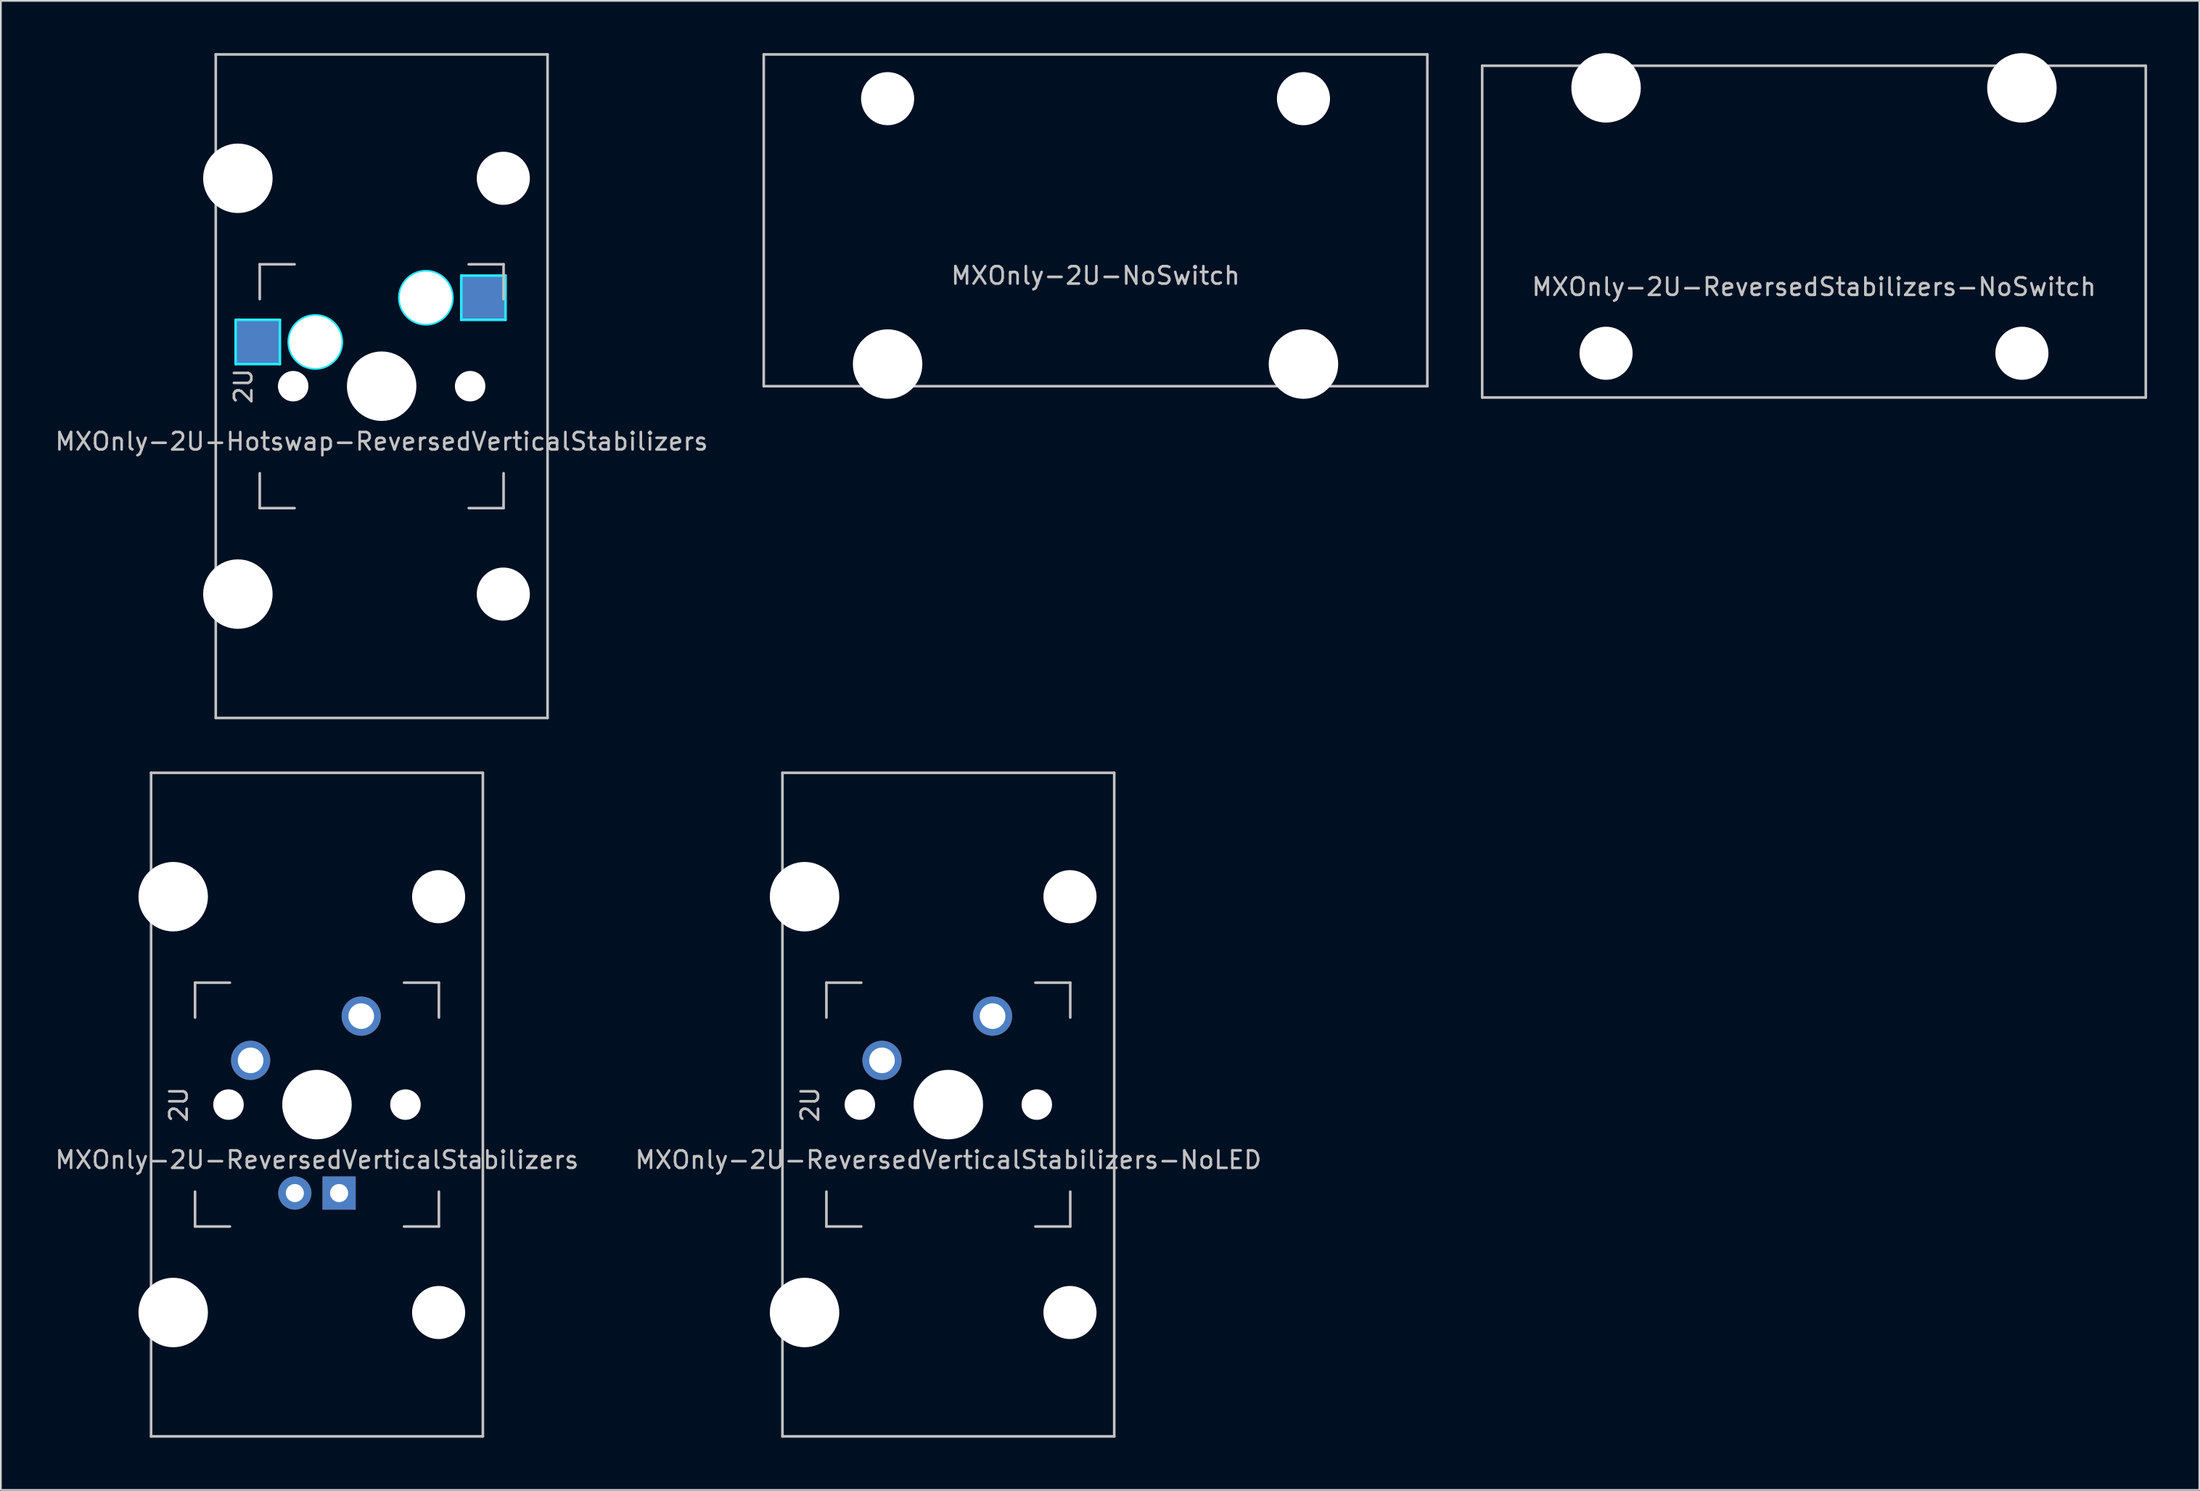
<source format=kicad_pcb>
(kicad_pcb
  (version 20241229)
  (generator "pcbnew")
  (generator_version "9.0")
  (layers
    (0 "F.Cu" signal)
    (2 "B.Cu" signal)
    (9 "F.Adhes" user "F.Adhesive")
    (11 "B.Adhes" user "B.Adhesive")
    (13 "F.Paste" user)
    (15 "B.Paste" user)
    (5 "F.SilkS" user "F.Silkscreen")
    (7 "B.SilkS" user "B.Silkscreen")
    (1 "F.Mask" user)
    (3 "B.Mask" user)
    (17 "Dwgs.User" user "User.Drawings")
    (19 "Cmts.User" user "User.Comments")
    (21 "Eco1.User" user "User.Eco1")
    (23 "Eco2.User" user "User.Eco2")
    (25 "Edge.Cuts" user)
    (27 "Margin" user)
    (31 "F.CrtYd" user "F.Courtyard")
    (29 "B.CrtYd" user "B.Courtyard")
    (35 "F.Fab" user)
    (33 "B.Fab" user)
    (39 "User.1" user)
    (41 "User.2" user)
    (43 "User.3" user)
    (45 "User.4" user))
  (footprint "MXOnly-2U-ReversedVerticalStabilizers"
    (layer "F.Cu")
    (at 15.149 60.375)
    (property "Reference" "MXOnly-2U-ReversedVerticalStabilizers" (at 0 3.175 0) (layer "Dwgs.User") (effects (font (size 1 1) (thickness 0.15))))
    (attr through_hole)
    (fp_line (start -9.525 -19.05) (end 9.525 -19.05) (stroke (width 0.15) (type solid)) (layer "Dwgs.User"))
    (fp_line (start -9.525 19.05) (end -9.525 -19.05) (stroke (width 0.15) (type solid)) (layer "Dwgs.User"))
    (fp_line (start -7 -7) (end -7 -5) (stroke (width 0.15) (type solid)) (layer "Dwgs.User"))
    (fp_line (start -7 5) (end -7 7) (stroke (width 0.15) (type solid)) (layer "Dwgs.User"))
    (fp_line (start -7 7) (end -5 7) (stroke (width 0.15) (type solid)) (layer "Dwgs.User"))
    (fp_line (start -5 -7) (end -7 -7) (stroke (width 0.15) (type solid)) (layer "Dwgs.User"))
    (fp_line (start 5 -7) (end 7 -7) (stroke (width 0.15) (type solid)) (layer "Dwgs.User"))
    (fp_line (start 5 7) (end 7 7) (stroke (width 0.15) (type solid)) (layer "Dwgs.User"))
    (fp_line (start 7 -7) (end 7 -5) (stroke (width 0.15) (type solid)) (layer "Dwgs.User"))
    (fp_line (start 7 7) (end 7 5) (stroke (width 0.15) (type solid)) (layer "Dwgs.User"))
    (fp_line (start 9.525 19.05) (end -9.525 19.05) (stroke (width 0.15) (type solid)) (layer "Dwgs.User"))
    (fp_line (start 9.525 19.05) (end 9.525 -19.05) (stroke (width 0.15) (type solid)) (layer "Dwgs.User"))
    (fp_text user "2U" (at -7.938 0 270) (layer "Dwgs.User") (effects (font (size 1 1) (thickness 0.15))))
    (pad "" np_thru_hole circle (at -8.255 -11.938 90) (size 3.988 3.988) (drill 3.988) (layers "*.Cu" "*.Mask"))
    (pad "" np_thru_hole circle (at -8.255 11.938 90) (size 3.988 3.988) (drill 3.988) (layers "*.Cu" "*.Mask"))
    (pad "" np_thru_hole circle (at -5.08 0 48.1) (size 1.75 1.75) (drill 1.75) (layers "*.Cu" "*.Mask"))
    (pad "" np_thru_hole circle (at 0 0) (size 3.988 3.988) (drill 3.988) (layers "*.Cu" "*.Mask"))
    (pad "" np_thru_hole circle (at 5.08 0 48.1) (size 1.75 1.75) (drill 1.75) (layers "*.Cu" "*.Mask"))
    (pad "" np_thru_hole circle (at 6.985 -11.938 180) (size 3.048 3.048) (drill 3.048) (layers "*.Cu" "*.Mask"))
    (pad "" np_thru_hole circle (at 6.985 11.938 90) (size 3.048 3.048) (drill 3.048) (layers "*.Cu" "*.Mask"))
    (pad "1" thru_hole circle (at -3.81 -2.54) (size 2.25 2.25) (drill 1.47) (layers "*.Cu" "B.Mask"))
    (pad "2" thru_hole circle (at 2.54 -5.08) (size 2.25 2.25) (drill 1.47) (layers "*.Cu" "B.Mask"))
    (pad "3" thru_hole circle (at -1.27 5.08) (size 1.905 1.905) (drill 1.04) (layers "*.Cu" "B.Mask"))
    (pad "4" thru_hole rect (at 1.27 5.08) (size 1.905 1.905) (drill 1.04) (layers "*.Cu" "B.Mask")))
  (footprint "MXOnly-2U-ReversedVerticalStabilizers-NoLED"
    (layer "F.Cu")
    (at 51.399 60.375)
    (property "Reference" "MXOnly-2U-ReversedVerticalStabilizers-NoLED" (at 0 3.175 0) (unlocked yes) (layer "Dwgs.User") (effects (font (size 1 1) (thickness 0.15))))
    (attr through_hole)
    (fp_line (start -9.525 -19.05) (end 9.525 -19.05) (stroke (width 0.15) (type solid)) (layer "Dwgs.User"))
    (fp_line (start -9.525 19.05) (end -9.525 -19.05) (stroke (width 0.15) (type solid)) (layer "Dwgs.User"))
    (fp_line (start -7 -7) (end -7 -5) (stroke (width 0.15) (type solid)) (layer "Dwgs.User"))
    (fp_line (start -7 5) (end -7 7) (stroke (width 0.15) (type solid)) (layer "Dwgs.User"))
    (fp_line (start -7 7) (end -5 7) (stroke (width 0.15) (type solid)) (layer "Dwgs.User"))
    (fp_line (start -5 -7) (end -7 -7) (stroke (width 0.15) (type solid)) (layer "Dwgs.User"))
    (fp_line (start 5 -7) (end 7 -7) (stroke (width 0.15) (type solid)) (layer "Dwgs.User"))
    (fp_line (start 5 7) (end 7 7) (stroke (width 0.15) (type solid)) (layer "Dwgs.User"))
    (fp_line (start 7 -7) (end 7 -5) (stroke (width 0.15) (type solid)) (layer "Dwgs.User"))
    (fp_line (start 7 7) (end 7 5) (stroke (width 0.15) (type solid)) (layer "Dwgs.User"))
    (fp_line (start 9.525 19.05) (end -9.525 19.05) (stroke (width 0.15) (type solid)) (layer "Dwgs.User"))
    (fp_line (start 9.525 19.05) (end 9.525 -19.05) (stroke (width 0.15) (type solid)) (layer "Dwgs.User"))
    (fp_text user "2U" (at -7.938 0 270) (layer "Dwgs.User") (effects (font (size 1 1) (thickness 0.15))))
    (pad "" np_thru_hole circle (at -8.255 -11.938 90) (size 3.988 3.988) (drill 3.988) (layers "*.Cu" "*.Mask"))
    (pad "" np_thru_hole circle (at -8.255 11.938 90) (size 3.988 3.988) (drill 3.988) (layers "*.Cu" "*.Mask"))
    (pad "" np_thru_hole circle (at -5.08 0 48.1) (size 1.75 1.75) (drill 1.75) (layers "*.Cu" "*.Mask"))
    (pad "" np_thru_hole circle (at 0 0) (size 3.988 3.988) (drill 3.988) (layers "*.Cu" "*.Mask"))
    (pad "" np_thru_hole circle (at 5.08 0 48.1) (size 1.75 1.75) (drill 1.75) (layers "*.Cu" "*.Mask"))
    (pad "" np_thru_hole circle (at 6.985 -11.938 180) (size 3.048 3.048) (drill 3.048) (layers "*.Cu" "*.Mask"))
    (pad "" np_thru_hole circle (at 6.985 11.938 90) (size 3.048 3.048) (drill 3.048) (layers "*.Cu" "*.Mask"))
    (pad "1" thru_hole circle (at -3.81 -2.54) (size 2.25 2.25) (drill 1.47) (layers "*.Cu" "B.Mask"))
    (pad "2" thru_hole circle (at 2.54 -5.08) (size 2.25 2.25) (drill 1.47) (layers "*.Cu" "B.Mask")))
  (footprint "MXOnly-2U-NoSwitch"
    (layer "F.Cu")
    (at 59.851 9.6)
    (property "Reference" "MXOnly-2U-NoSwitch" (at 0 3.175 0) (layer "Dwgs.User") (effects (font (size 1 1) (thickness 0.15))))
    (attr through_hole)
    (fp_line (start -19.05 -9.525) (end 19.05 -9.525) (stroke (width 0.15) (type solid)) (layer "Dwgs.User"))
    (fp_line (start -19.05 9.525) (end -19.05 -9.525) (stroke (width 0.15) (type solid)) (layer "Dwgs.User"))
    (fp_line (start -19.05 9.525) (end 19.05 9.525) (stroke (width 0.15) (type solid)) (layer "Dwgs.User"))
    (fp_line (start 19.05 -9.525) (end 19.05 9.525) (stroke (width 0.15) (type solid)) (layer "Dwgs.User"))
    (pad "" np_thru_hole circle (at -11.938 -6.985) (size 3.048 3.048) (drill 3.048) (layers "*.Cu" "*.Mask"))
    (pad "" np_thru_hole circle (at -11.938 8.255) (size 3.988 3.988) (drill 3.988) (layers "*.Cu" "*.Mask"))
    (pad "" np_thru_hole circle (at 11.938 -6.985) (size 3.048 3.048) (drill 3.048) (layers "*.Cu" "*.Mask"))
    (pad "" np_thru_hole circle (at 11.938 8.255) (size 3.988 3.988) (drill 3.988) (layers "*.Cu" "*.Mask")))
  (footprint "MXOnly-2U-ReversedStabilizers-NoSwitch"
    (layer "F.Cu")
    (at 101.101 10.249)
    (property "Reference" "MXOnly-2U-ReversedStabilizers-NoSwitch" (at 0 3.175 0) (layer "Dwgs.User") (effects (font (size 1 1) (thickness 0.15))))
    (attr through_hole)
    (fp_line (start -19.05 -9.525) (end 19.05 -9.525) (stroke (width 0.15) (type solid)) (layer "Dwgs.User"))
    (fp_line (start -19.05 9.525) (end -19.05 -9.525) (stroke (width 0.15) (type solid)) (layer "Dwgs.User"))
    (fp_line (start -19.05 9.525) (end 19.05 9.525) (stroke (width 0.15) (type solid)) (layer "Dwgs.User"))
    (fp_line (start 19.05 -9.525) (end 19.05 9.525) (stroke (width 0.15) (type solid)) (layer "Dwgs.User"))
    (pad "" np_thru_hole circle (at -11.938 -8.255) (size 3.988 3.988) (drill 3.988) (layers "*.Cu" "*.Mask"))
    (pad "" np_thru_hole circle (at -11.938 6.985) (size 3.048 3.048) (drill 3.048) (layers "*.Cu" "*.Mask"))
    (pad "" np_thru_hole circle (at 11.938 -8.255) (size 3.988 3.988) (drill 3.988) (layers "*.Cu" "*.Mask"))
    (pad "" np_thru_hole circle (at 11.938 6.985) (size 3.048 3.048) (drill 3.048) (layers "*.Cu" "*.Mask")))
  (footprint "MXOnly-2U-Hotswap-ReversedVerticalStabilizers"
    (layer "F.Cu")
    (at 18.863 19.125)
    (property "Reference" "MXOnly-2U-Hotswap-ReversedVerticalStabilizers" (at 0 3.175 0) (layer "Dwgs.User") (effects (font (size 1 1) (thickness 0.15))))
    (attr through_hole)
    (fp_line (start -9.525 -19.05) (end 9.525 -19.05) (stroke (width 0.15) (type solid)) (layer "Dwgs.User"))
    (fp_line (start -9.525 19.05) (end -9.525 -19.05) (stroke (width 0.15) (type solid)) (layer "Dwgs.User"))
    (fp_line (start -7 -7) (end -7 -5) (stroke (width 0.15) (type solid)) (layer "Dwgs.User"))
    (fp_line (start -7 5) (end -7 7) (stroke (width 0.15) (type solid)) (layer "Dwgs.User"))
    (fp_line (start -7 7) (end -5 7) (stroke (width 0.15) (type solid)) (layer "Dwgs.User"))
    (fp_line (start -5 -7) (end -7 -7) (stroke (width 0.15) (type solid)) (layer "Dwgs.User"))
    (fp_line (start 5 -7) (end 7 -7) (stroke (width 0.15) (type solid)) (layer "Dwgs.User"))
    (fp_line (start 5 7) (end 7 7) (stroke (width 0.15) (type solid)) (layer "Dwgs.User"))
    (fp_line (start 7 -7) (end 7 -5) (stroke (width 0.15) (type solid)) (layer "Dwgs.User"))
    (fp_line (start 7 7) (end 7 5) (stroke (width 0.15) (type solid)) (layer "Dwgs.User"))
    (fp_line (start 9.525 19.05) (end -9.525 19.05) (stroke (width 0.15) (type solid)) (layer "Dwgs.User"))
    (fp_line (start 9.525 19.05) (end 9.525 -19.05) (stroke (width 0.15) (type solid)) (layer "Dwgs.User"))
    (fp_line (start -8.382 -3.81) (end -5.842 -3.81) (stroke (width 0.15) (type solid)) (layer "B.CrtYd"))
    (fp_line (start -8.382 -1.27) (end -8.382 -3.81) (stroke (width 0.15) (type solid)) (layer "B.CrtYd"))
    (fp_line (start -5.842 -3.81) (end -5.842 -1.27) (stroke (width 0.15) (type solid)) (layer "B.CrtYd"))
    (fp_line (start -5.842 -1.27) (end -8.382 -1.27) (stroke (width 0.15) (type solid)) (layer "B.CrtYd"))
    (fp_line (start 4.572 -6.35) (end 7.112 -6.35) (stroke (width 0.15) (type solid)) (layer "B.CrtYd"))
    (fp_line (start 4.572 -3.81) (end 4.572 -6.35) (stroke (width 0.15) (type solid)) (layer "B.CrtYd"))
    (fp_line (start 7.112 -6.35) (end 7.112 -3.81) (stroke (width 0.15) (type solid)) (layer "B.CrtYd"))
    (fp_line (start 7.112 -3.81) (end 4.572 -3.81) (stroke (width 0.15) (type solid)) (layer "B.CrtYd"))
    (fp_circle (center -3.81 -2.54) (end -3.81 -4.064) (stroke (width 0.15) (type solid)) (fill no) (layer "B.CrtYd"))
    (fp_circle (center 2.54 -5.08) (end 2.54 -6.604) (stroke (width 0.15) (type solid)) (fill no) (layer "B.CrtYd"))
    (fp_text user "2U" (at -7.938 0 270) (layer "Dwgs.User") (effects (font (size 1 1) (thickness 0.15))))
    (pad "" np_thru_hole circle (at -8.255 -11.938 90) (size 3.988 3.988) (drill 3.988) (layers "*.Cu" "*.Mask"))
    (pad "" np_thru_hole circle (at -8.255 11.938 90) (size 3.988 3.988) (drill 3.988) (layers "*.Cu" "*.Mask"))
    (pad "" np_thru_hole circle (at -5.08 0 48.1) (size 1.75 1.75) (drill 1.75) (layers "*.Cu" "*.Mask"))
    (pad "" np_thru_hole circle (at -3.81 -2.54) (size 3 3) (drill 3) (layers "*.Cu" "*.Mask"))
    (pad "" np_thru_hole circle (at 0 0) (size 3.988 3.988) (drill 3.988) (layers "*.Cu" "*.Mask"))
    (pad "" np_thru_hole circle (at 2.54 -5.08) (size 3 3) (drill 3) (layers "*.Cu" "*.Mask"))
    (pad "" np_thru_hole circle (at 5.08 0 48.1) (size 1.75 1.75) (drill 1.75) (layers "*.Cu" "*.Mask"))
    (pad "" np_thru_hole circle (at 6.985 -11.938 180) (size 3.048 3.048) (drill 3.048) (layers "*.Cu" "*.Mask"))
    (pad "" np_thru_hole circle (at 6.985 11.938 90) (size 3.048 3.048) (drill 3.048) (layers "*.Cu" "*.Mask"))
    (pad "1" smd rect (at -7.085 -2.54) (size 2.55 2.5) (layers "B.Cu" "B.Mask" "B.Paste"))
    (pad "2" smd rect (at 5.842 -5.08) (size 2.55 2.5) (layers "B.Cu" "B.Mask" "B.Paste")))
  (gr_rect
    (start -3 -3)
    (end 123.226 82.5)
    (stroke (width 0.1) (type default))
    (fill no)
    (layer "Edge.Cuts")))
</source>
